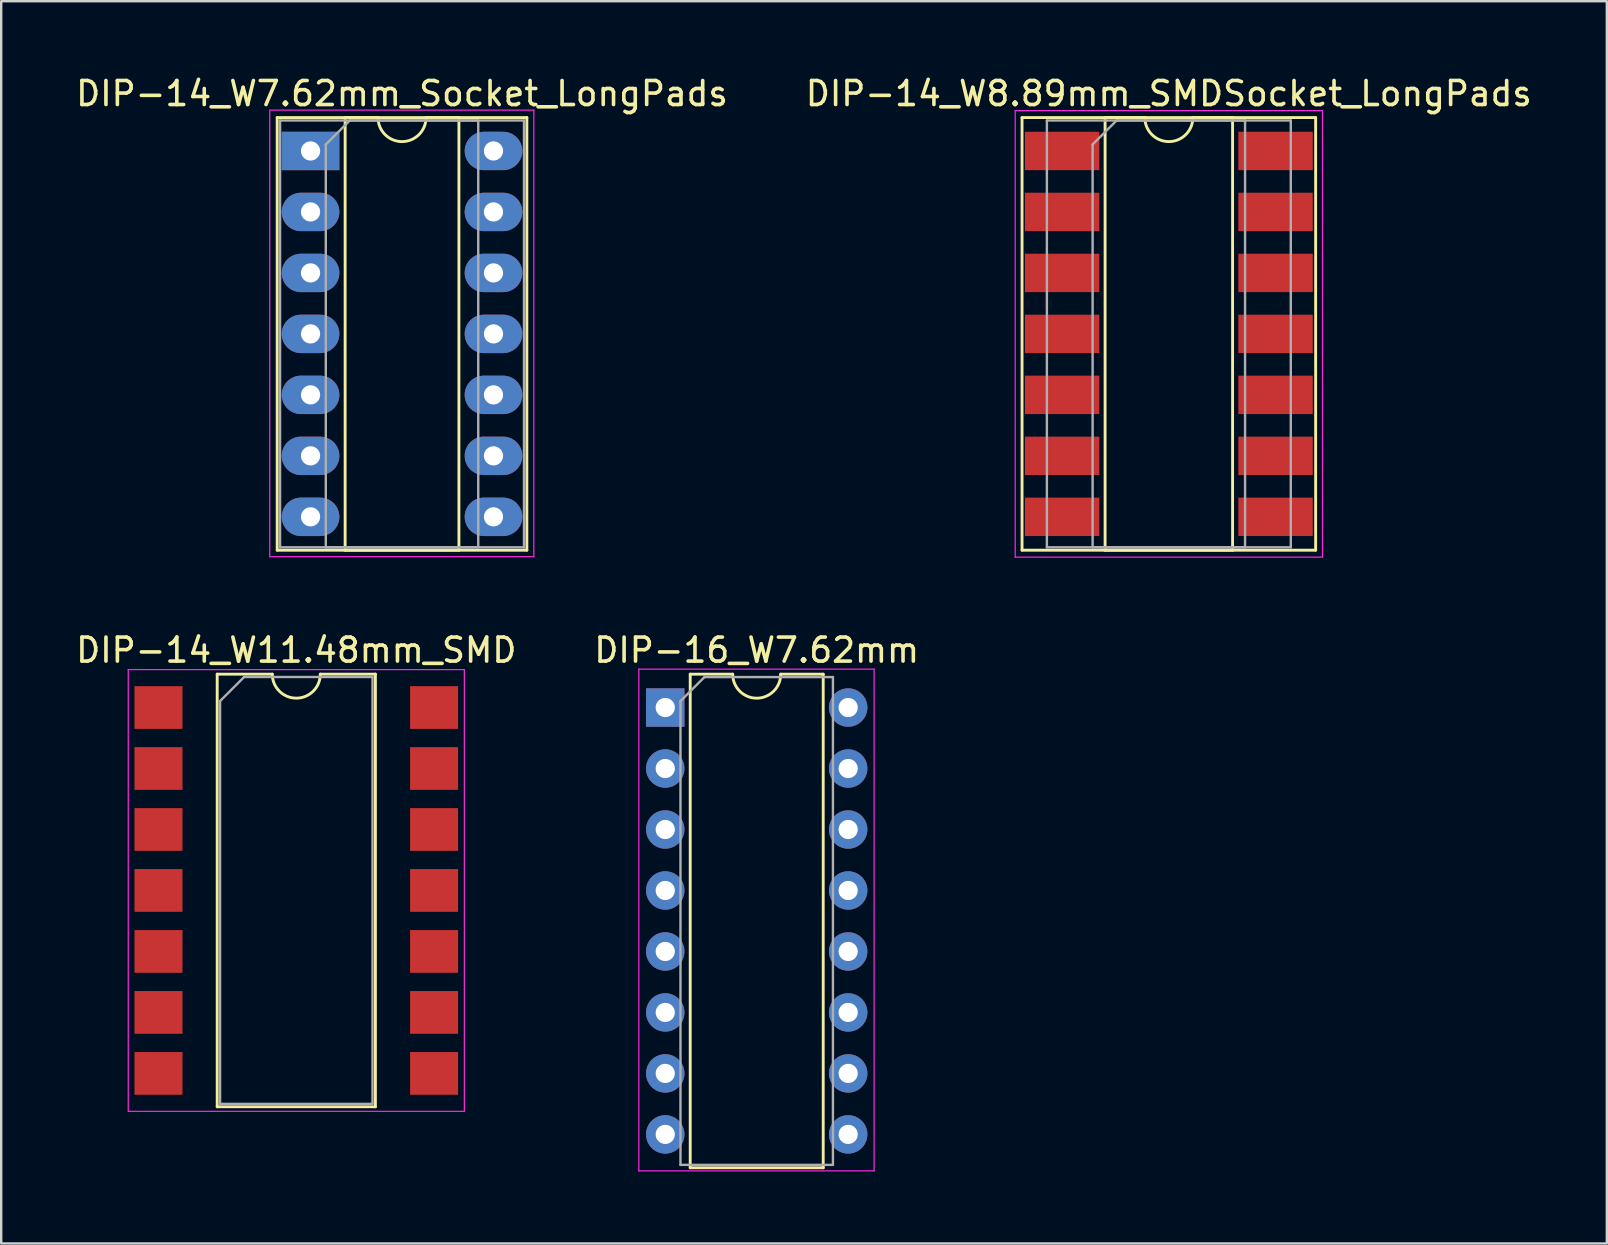
<source format=kicad_pcb>
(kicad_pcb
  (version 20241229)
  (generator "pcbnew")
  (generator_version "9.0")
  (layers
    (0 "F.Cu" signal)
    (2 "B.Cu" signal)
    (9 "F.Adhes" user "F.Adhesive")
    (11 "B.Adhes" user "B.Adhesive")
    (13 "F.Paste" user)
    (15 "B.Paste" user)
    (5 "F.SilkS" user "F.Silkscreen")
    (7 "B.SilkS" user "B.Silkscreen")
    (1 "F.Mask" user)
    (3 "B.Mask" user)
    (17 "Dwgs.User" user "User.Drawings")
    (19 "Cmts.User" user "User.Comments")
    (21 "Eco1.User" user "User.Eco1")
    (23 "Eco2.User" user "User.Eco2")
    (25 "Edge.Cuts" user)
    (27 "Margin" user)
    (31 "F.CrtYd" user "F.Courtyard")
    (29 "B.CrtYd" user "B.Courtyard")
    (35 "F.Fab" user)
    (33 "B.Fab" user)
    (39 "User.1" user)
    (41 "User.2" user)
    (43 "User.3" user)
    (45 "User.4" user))
  (footprint "DIP-14_W11.48mm_SMD"
    (layer "F.Cu")
    (at 9.292 34.041)
    (property "Reference" "DIP-14_W11.48mm_SMD" (at 0 -10.01 0) (layer "F.SilkS") (effects (font (size 1 1) (thickness 0.15))))
    (attr smd)
    (fp_line (start -3.295 -9.01) (end -3.295 9.01) (stroke (width 0.12) (type solid)) (layer "F.SilkS"))
    (fp_line (start -3.295 9.01) (end 3.295 9.01) (stroke (width 0.12) (type solid)) (layer "F.SilkS"))
    (fp_line (start -1 -9.01) (end -3.295 -9.01) (stroke (width 0.12) (type solid)) (layer "F.SilkS"))
    (fp_line (start 3.295 -9.01) (end 1 -9.01) (stroke (width 0.12) (type solid)) (layer "F.SilkS"))
    (fp_line (start 3.295 9.01) (end 3.295 -9.01) (stroke (width 0.12) (type solid)) (layer "F.SilkS"))
    (fp_arc (start 1 -9.01) (mid 0 -8.01) (end -1 -9.01) (stroke (width 0.12) (type solid)) (layer "F.SilkS"))
    (fp_line (start -7 -9.2) (end -7 9.2) (stroke (width 0.05) (type solid)) (layer "F.CrtYd"))
    (fp_line (start -7 9.2) (end 7 9.2) (stroke (width 0.05) (type solid)) (layer "F.CrtYd"))
    (fp_line (start 7 -9.2) (end -7 -9.2) (stroke (width 0.05) (type solid)) (layer "F.CrtYd"))
    (fp_line (start 7 9.2) (end 7 -9.2) (stroke (width 0.05) (type solid)) (layer "F.CrtYd"))
    (fp_line (start -3.175 -7.89) (end -2.175 -8.89) (stroke (width 0.1) (type solid)) (layer "F.Fab"))
    (fp_line (start -3.175 8.89) (end -3.175 -7.89) (stroke (width 0.1) (type solid)) (layer "F.Fab"))
    (fp_line (start -2.175 -8.89) (end 3.175 -8.89) (stroke (width 0.1) (type solid)) (layer "F.Fab"))
    (fp_line (start 3.175 -8.89) (end 3.175 8.89) (stroke (width 0.1) (type solid)) (layer "F.Fab"))
    (fp_line (start 3.175 8.89) (end -3.175 8.89) (stroke (width 0.1) (type solid)) (layer "F.Fab"))
    (pad "1" smd rect (at -5.74 -7.62) (size 2 1.78) (layers "F.Cu" "F.Mask"))
    (pad "2" smd rect (at -5.74 -5.08) (size 2 1.78) (layers "F.Cu" "F.Mask"))
    (pad "3" smd rect (at -5.74 -2.54) (size 2 1.78) (layers "F.Cu" "F.Mask"))
    (pad "4" smd rect (at -5.74 0) (size 2 1.78) (layers "F.Cu" "F.Mask"))
    (pad "5" smd rect (at -5.74 2.54) (size 2 1.78) (layers "F.Cu" "F.Mask"))
    (pad "6" smd rect (at -5.74 5.08) (size 2 1.78) (layers "F.Cu" "F.Mask"))
    (pad "7" smd rect (at -5.74 7.62) (size 2 1.78) (layers "F.Cu" "F.Mask"))
    (pad "8" smd rect (at 5.74 7.62) (size 2 1.78) (layers "F.Cu" "F.Mask"))
    (pad "9" smd rect (at 5.74 5.08) (size 2 1.78) (layers "F.Cu" "F.Mask"))
    (pad "10" smd rect (at 5.74 2.54) (size 2 1.78) (layers "F.Cu" "F.Mask"))
    (pad "11" smd rect (at 5.74 0) (size 2 1.78) (layers "F.Cu" "F.Mask"))
    (pad "12" smd rect (at 5.74 -2.54) (size 2 1.78) (layers "F.Cu" "F.Mask"))
    (pad "13" smd rect (at 5.74 -5.08) (size 2 1.78) (layers "F.Cu" "F.Mask"))
    (pad "14" smd rect (at 5.74 -7.62) (size 2 1.78) (layers "F.Cu" "F.Mask")))
  (footprint "DIP-16_W7.62mm"
    (layer "F.Cu")
    (at 24.66 26.422)
    (property "Reference" "DIP-16_W7.62mm" (at 3.81 -2.39 0) (layer "F.SilkS") (effects (font (size 1 1) (thickness 0.15))))
    (attr through_hole)
    (fp_line (start 1.04 -1.39) (end 1.04 19.17) (stroke (width 0.12) (type solid)) (layer "F.SilkS"))
    (fp_line (start 1.04 19.17) (end 6.58 19.17) (stroke (width 0.12) (type solid)) (layer "F.SilkS"))
    (fp_line (start 2.81 -1.39) (end 1.04 -1.39) (stroke (width 0.12) (type solid)) (layer "F.SilkS"))
    (fp_line (start 6.58 -1.39) (end 4.81 -1.39) (stroke (width 0.12) (type solid)) (layer "F.SilkS"))
    (fp_line (start 6.58 19.17) (end 6.58 -1.39) (stroke (width 0.12) (type solid)) (layer "F.SilkS"))
    (fp_arc (start 4.81 -1.39) (mid 3.81 -0.39) (end 2.81 -1.39) (stroke (width 0.12) (type solid)) (layer "F.SilkS"))
    (fp_line (start -1.1 -1.6) (end -1.1 19.3) (stroke (width 0.05) (type solid)) (layer "F.CrtYd"))
    (fp_line (start -1.1 19.3) (end 8.7 19.3) (stroke (width 0.05) (type solid)) (layer "F.CrtYd"))
    (fp_line (start 8.7 -1.6) (end -1.1 -1.6) (stroke (width 0.05) (type solid)) (layer "F.CrtYd"))
    (fp_line (start 8.7 19.3) (end 8.7 -1.6) (stroke (width 0.05) (type solid)) (layer "F.CrtYd"))
    (fp_line (start 0.635 -0.27) (end 1.635 -1.27) (stroke (width 0.1) (type solid)) (layer "F.Fab"))
    (fp_line (start 0.635 19.05) (end 0.635 -0.27) (stroke (width 0.1) (type solid)) (layer "F.Fab"))
    (fp_line (start 1.635 -1.27) (end 6.985 -1.27) (stroke (width 0.1) (type solid)) (layer "F.Fab"))
    (fp_line (start 6.985 -1.27) (end 6.985 19.05) (stroke (width 0.1) (type solid)) (layer "F.Fab"))
    (fp_line (start 6.985 19.05) (end 0.635 19.05) (stroke (width 0.1) (type solid)) (layer "F.Fab"))
    (pad "1" thru_hole rect (at 0 0) (size 1.6 1.6) (drill 0.8) (layers "*.Cu" "*.Mask"))
    (pad "2" thru_hole oval (at 0 2.54) (size 1.6 1.6) (drill 0.8) (layers "*.Cu" "*.Mask"))
    (pad "3" thru_hole oval (at 0 5.08) (size 1.6 1.6) (drill 0.8) (layers "*.Cu" "*.Mask"))
    (pad "4" thru_hole oval (at 0 7.62) (size 1.6 1.6) (drill 0.8) (layers "*.Cu" "*.Mask"))
    (pad "5" thru_hole oval (at 0 10.16) (size 1.6 1.6) (drill 0.8) (layers "*.Cu" "*.Mask"))
    (pad "6" thru_hole oval (at 0 12.7) (size 1.6 1.6) (drill 0.8) (layers "*.Cu" "*.Mask"))
    (pad "7" thru_hole oval (at 0 15.24) (size 1.6 1.6) (drill 0.8) (layers "*.Cu" "*.Mask"))
    (pad "8" thru_hole oval (at 0 17.78) (size 1.6 1.6) (drill 0.8) (layers "*.Cu" "*.Mask"))
    (pad "9" thru_hole oval (at 7.62 17.78) (size 1.6 1.6) (drill 0.8) (layers "*.Cu" "*.Mask"))
    (pad "10" thru_hole oval (at 7.62 15.24) (size 1.6 1.6) (drill 0.8) (layers "*.Cu" "*.Mask"))
    (pad "11" thru_hole oval (at 7.62 12.7) (size 1.6 1.6) (drill 0.8) (layers "*.Cu" "*.Mask"))
    (pad "12" thru_hole oval (at 7.62 10.16) (size 1.6 1.6) (drill 0.8) (layers "*.Cu" "*.Mask"))
    (pad "13" thru_hole oval (at 7.62 7.62) (size 1.6 1.6) (drill 0.8) (layers "*.Cu" "*.Mask"))
    (pad "14" thru_hole oval (at 7.62 5.08) (size 1.6 1.6) (drill 0.8) (layers "*.Cu" "*.Mask"))
    (pad "15" thru_hole oval (at 7.62 2.54) (size 1.6 1.6) (drill 0.8) (layers "*.Cu" "*.Mask"))
    (pad "16" thru_hole oval (at 7.62 0) (size 1.6 1.6) (drill 0.8) (layers "*.Cu" "*.Mask")))
  (footprint "DIP-14_W8.89mm_SMDSocket_LongPads"
    (layer "F.Cu")
    (at 45.637 10.858)
    (property "Reference" "DIP-14_W8.89mm_SMDSocket_LongPads" (at 0 -10.01 0) (layer "F.SilkS") (effects (font (size 1 1) (thickness 0.15))))
    (attr smd)
    (fp_line (start -6.115 -9.01) (end -6.115 9.01) (stroke (width 0.12) (type solid)) (layer "F.SilkS"))
    (fp_line (start -6.115 9.01) (end 6.115 9.01) (stroke (width 0.12) (type solid)) (layer "F.SilkS"))
    (fp_line (start -2.655 -9.01) (end -2.655 9.01) (stroke (width 0.12) (type solid)) (layer "F.SilkS"))
    (fp_line (start -2.655 9.01) (end 2.655 9.01) (stroke (width 0.12) (type solid)) (layer "F.SilkS"))
    (fp_line (start -1 -9.01) (end -2.655 -9.01) (stroke (width 0.12) (type solid)) (layer "F.SilkS"))
    (fp_line (start 2.655 -9.01) (end 1 -9.01) (stroke (width 0.12) (type solid)) (layer "F.SilkS"))
    (fp_line (start 2.655 9.01) (end 2.655 -9.01) (stroke (width 0.12) (type solid)) (layer "F.SilkS"))
    (fp_line (start 6.115 -9.01) (end -6.115 -9.01) (stroke (width 0.12) (type solid)) (layer "F.SilkS"))
    (fp_line (start 6.115 9.01) (end 6.115 -9.01) (stroke (width 0.12) (type solid)) (layer "F.SilkS"))
    (fp_arc (start 1 -9.01) (mid 0 -8.01) (end -1 -9.01) (stroke (width 0.12) (type solid)) (layer "F.SilkS"))
    (fp_line (start -6.4 -9.3) (end -6.4 9.3) (stroke (width 0.05) (type solid)) (layer "F.CrtYd"))
    (fp_line (start -6.4 9.3) (end 6.4 9.3) (stroke (width 0.05) (type solid)) (layer "F.CrtYd"))
    (fp_line (start 6.4 -9.3) (end -6.4 -9.3) (stroke (width 0.05) (type solid)) (layer "F.CrtYd"))
    (fp_line (start 6.4 9.3) (end 6.4 -9.3) (stroke (width 0.05) (type solid)) (layer "F.CrtYd"))
    (fp_line (start -5.08 -8.89) (end -5.08 8.89) (stroke (width 0.1) (type solid)) (layer "F.Fab"))
    (fp_line (start -5.08 8.89) (end 5.08 8.89) (stroke (width 0.1) (type solid)) (layer "F.Fab"))
    (fp_line (start -3.175 -7.89) (end -2.175 -8.89) (stroke (width 0.1) (type solid)) (layer "F.Fab"))
    (fp_line (start -3.175 8.89) (end -3.175 -7.89) (stroke (width 0.1) (type solid)) (layer "F.Fab"))
    (fp_line (start -2.175 -8.89) (end 3.175 -8.89) (stroke (width 0.1) (type solid)) (layer "F.Fab"))
    (fp_line (start 3.175 -8.89) (end 3.175 8.89) (stroke (width 0.1) (type solid)) (layer "F.Fab"))
    (fp_line (start 3.175 8.89) (end -3.175 8.89) (stroke (width 0.1) (type solid)) (layer "F.Fab"))
    (fp_line (start 5.08 -8.89) (end -5.08 -8.89) (stroke (width 0.1) (type solid)) (layer "F.Fab"))
    (fp_line (start 5.08 8.89) (end 5.08 -8.89) (stroke (width 0.1) (type solid)) (layer "F.Fab"))
    (pad "1" smd rect (at -4.445 -7.62) (size 3.1 1.6) (layers "F.Cu" "F.Mask"))
    (pad "2" smd rect (at -4.445 -5.08) (size 3.1 1.6) (layers "F.Cu" "F.Mask"))
    (pad "3" smd rect (at -4.445 -2.54) (size 3.1 1.6) (layers "F.Cu" "F.Mask"))
    (pad "4" smd rect (at -4.445 0) (size 3.1 1.6) (layers "F.Cu" "F.Mask"))
    (pad "5" smd rect (at -4.445 2.54) (size 3.1 1.6) (layers "F.Cu" "F.Mask"))
    (pad "6" smd rect (at -4.445 5.08) (size 3.1 1.6) (layers "F.Cu" "F.Mask"))
    (pad "7" smd rect (at -4.445 7.62) (size 3.1 1.6) (layers "F.Cu" "F.Mask"))
    (pad "8" smd rect (at 4.445 7.62) (size 3.1 1.6) (layers "F.Cu" "F.Mask"))
    (pad "9" smd rect (at 4.445 5.08) (size 3.1 1.6) (layers "F.Cu" "F.Mask"))
    (pad "10" smd rect (at 4.445 2.54) (size 3.1 1.6) (layers "F.Cu" "F.Mask"))
    (pad "11" smd rect (at 4.445 0) (size 3.1 1.6) (layers "F.Cu" "F.Mask"))
    (pad "12" smd rect (at 4.445 -2.54) (size 3.1 1.6) (layers "F.Cu" "F.Mask"))
    (pad "13" smd rect (at 4.445 -5.08) (size 3.1 1.6) (layers "F.Cu" "F.Mask"))
    (pad "14" smd rect (at 4.445 -7.62) (size 3.1 1.6) (layers "F.Cu" "F.Mask")))
  (footprint "DIP-14_W7.62mm_Socket_LongPads"
    (layer "F.Cu")
    (at 9.886 3.238)
    (property "Reference" "DIP-14_W7.62mm_Socket_LongPads" (at 3.81 -2.39 0) (layer "F.SilkS") (effects (font (size 1 1) (thickness 0.15))))
    (attr through_hole)
    (fp_line (start -1.39 -1.39) (end -1.39 16.63) (stroke (width 0.12) (type solid)) (layer "F.SilkS"))
    (fp_line (start -1.39 16.63) (end 9.01 16.63) (stroke (width 0.12) (type solid)) (layer "F.SilkS"))
    (fp_line (start 1.44 -1.39) (end 1.44 16.63) (stroke (width 0.12) (type solid)) (layer "F.SilkS"))
    (fp_line (start 1.44 16.63) (end 6.18 16.63) (stroke (width 0.12) (type solid)) (layer "F.SilkS"))
    (fp_line (start 2.81 -1.39) (end 1.44 -1.39) (stroke (width 0.12) (type solid)) (layer "F.SilkS"))
    (fp_line (start 6.18 -1.39) (end 4.81 -1.39) (stroke (width 0.12) (type solid)) (layer "F.SilkS"))
    (fp_line (start 6.18 16.63) (end 6.18 -1.39) (stroke (width 0.12) (type solid)) (layer "F.SilkS"))
    (fp_line (start 9.01 -1.39) (end -1.39 -1.39) (stroke (width 0.12) (type solid)) (layer "F.SilkS"))
    (fp_line (start 9.01 16.63) (end 9.01 -1.39) (stroke (width 0.12) (type solid)) (layer "F.SilkS"))
    (fp_arc (start 4.81 -1.39) (mid 3.81 -0.39) (end 2.81 -1.39) (stroke (width 0.12) (type solid)) (layer "F.SilkS"))
    (fp_line (start -1.7 -1.7) (end -1.7 16.9) (stroke (width 0.05) (type solid)) (layer "F.CrtYd"))
    (fp_line (start -1.7 16.9) (end 9.3 16.9) (stroke (width 0.05) (type solid)) (layer "F.CrtYd"))
    (fp_line (start 9.3 -1.7) (end -1.7 -1.7) (stroke (width 0.05) (type solid)) (layer "F.CrtYd"))
    (fp_line (start 9.3 16.9) (end 9.3 -1.7) (stroke (width 0.05) (type solid)) (layer "F.CrtYd"))
    (fp_line (start -1.27 -1.27) (end -1.27 16.51) (stroke (width 0.1) (type solid)) (layer "F.Fab"))
    (fp_line (start -1.27 16.51) (end 8.89 16.51) (stroke (width 0.1) (type solid)) (layer "F.Fab"))
    (fp_line (start 0.635 -0.27) (end 1.635 -1.27) (stroke (width 0.1) (type solid)) (layer "F.Fab"))
    (fp_line (start 0.635 16.51) (end 0.635 -0.27) (stroke (width 0.1) (type solid)) (layer "F.Fab"))
    (fp_line (start 1.635 -1.27) (end 6.985 -1.27) (stroke (width 0.1) (type solid)) (layer "F.Fab"))
    (fp_line (start 6.985 -1.27) (end 6.985 16.51) (stroke (width 0.1) (type solid)) (layer "F.Fab"))
    (fp_line (start 6.985 16.51) (end 0.635 16.51) (stroke (width 0.1) (type solid)) (layer "F.Fab"))
    (fp_line (start 8.89 -1.27) (end -1.27 -1.27) (stroke (width 0.1) (type solid)) (layer "F.Fab"))
    (fp_line (start 8.89 16.51) (end 8.89 -1.27) (stroke (width 0.1) (type solid)) (layer "F.Fab"))
    (pad "1" thru_hole rect (at 0 0) (size 2.4 1.6) (drill 0.8) (layers "*.Cu" "*.Mask"))
    (pad "2" thru_hole oval (at 0 2.54) (size 2.4 1.6) (drill 0.8) (layers "*.Cu" "*.Mask"))
    (pad "3" thru_hole oval (at 0 5.08) (size 2.4 1.6) (drill 0.8) (layers "*.Cu" "*.Mask"))
    (pad "4" thru_hole oval (at 0 7.62) (size 2.4 1.6) (drill 0.8) (layers "*.Cu" "*.Mask"))
    (pad "5" thru_hole oval (at 0 10.16) (size 2.4 1.6) (drill 0.8) (layers "*.Cu" "*.Mask"))
    (pad "6" thru_hole oval (at 0 12.7) (size 2.4 1.6) (drill 0.8) (layers "*.Cu" "*.Mask"))
    (pad "7" thru_hole oval (at 0 15.24) (size 2.4 1.6) (drill 0.8) (layers "*.Cu" "*.Mask"))
    (pad "8" thru_hole oval (at 7.62 15.24) (size 2.4 1.6) (drill 0.8) (layers "*.Cu" "*.Mask"))
    (pad "9" thru_hole oval (at 7.62 12.7) (size 2.4 1.6) (drill 0.8) (layers "*.Cu" "*.Mask"))
    (pad "10" thru_hole oval (at 7.62 10.16) (size 2.4 1.6) (drill 0.8) (layers "*.Cu" "*.Mask"))
    (pad "11" thru_hole oval (at 7.62 7.62) (size 2.4 1.6) (drill 0.8) (layers "*.Cu" "*.Mask"))
    (pad "12" thru_hole oval (at 7.62 5.08) (size 2.4 1.6) (drill 0.8) (layers "*.Cu" "*.Mask"))
    (pad "13" thru_hole oval (at 7.62 2.54) (size 2.4 1.6) (drill 0.8) (layers "*.Cu" "*.Mask"))
    (pad "14" thru_hole oval (at 7.62 0) (size 2.4 1.6) (drill 0.8) (layers "*.Cu" "*.Mask")))
  (gr_rect
    (start -3 -3)
    (end 63.881 48.746)
    (stroke (width 0.1) (type default))
    (fill no)
    (layer "Edge.Cuts")))
</source>
